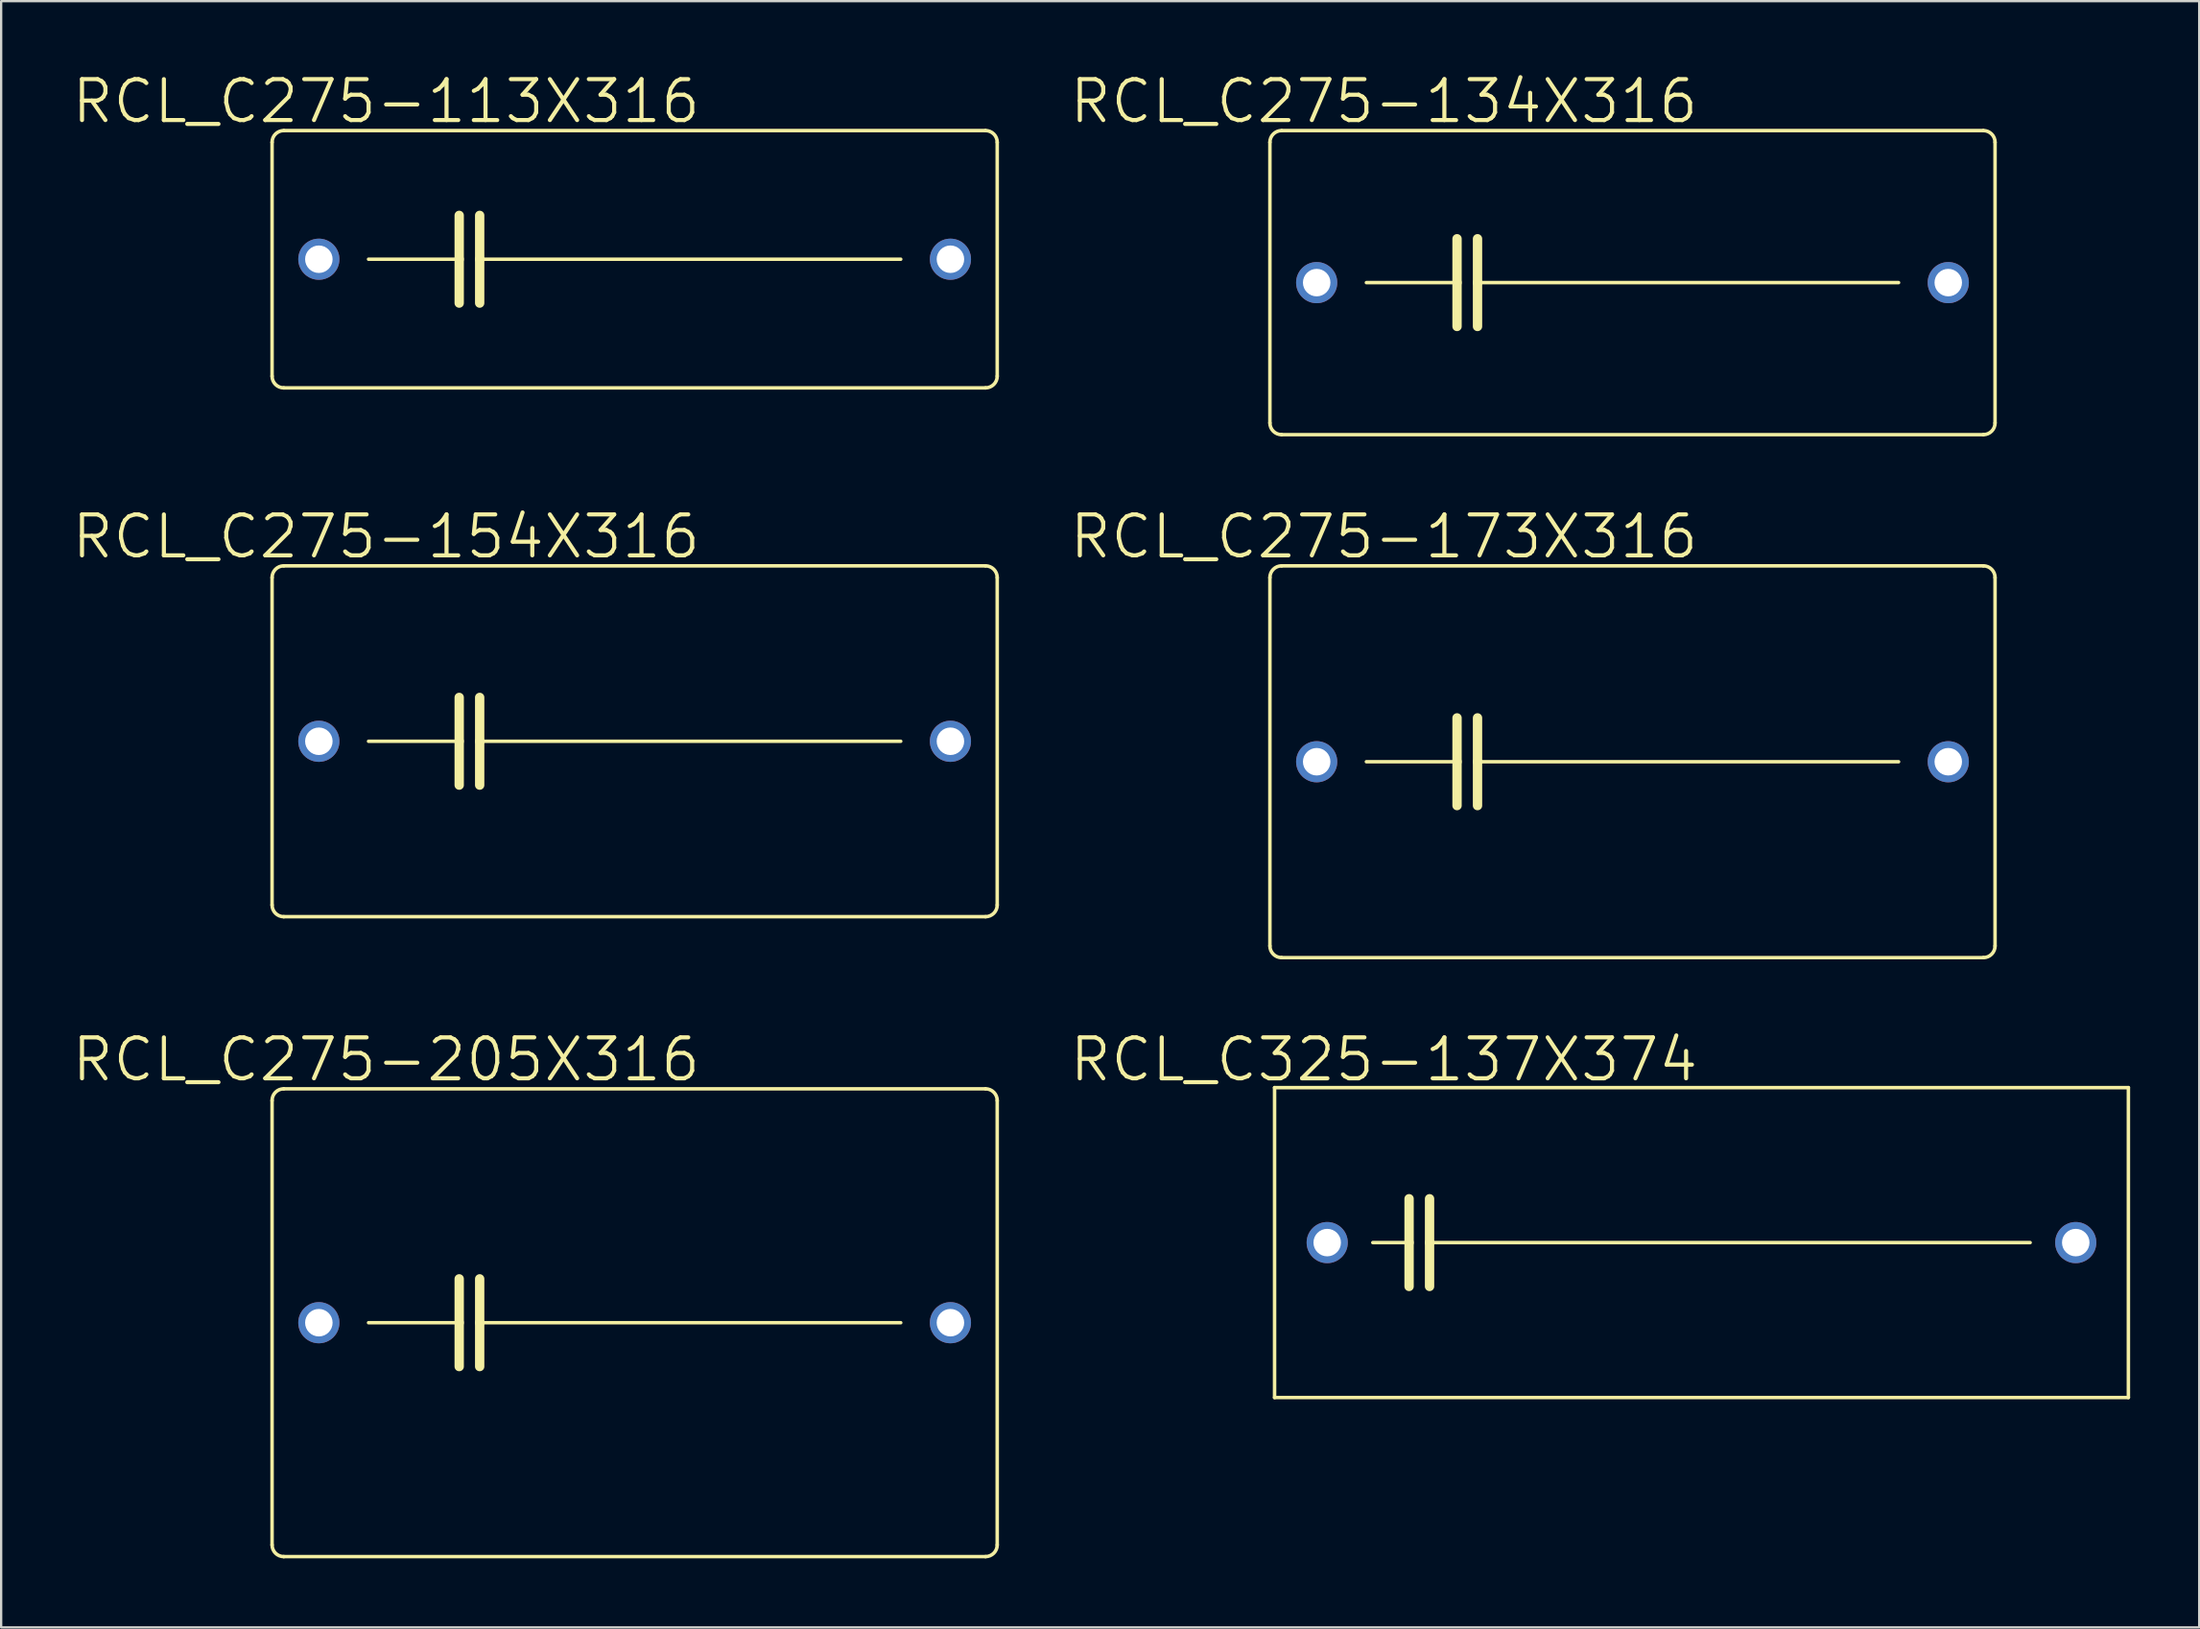
<source format=kicad_pcb>
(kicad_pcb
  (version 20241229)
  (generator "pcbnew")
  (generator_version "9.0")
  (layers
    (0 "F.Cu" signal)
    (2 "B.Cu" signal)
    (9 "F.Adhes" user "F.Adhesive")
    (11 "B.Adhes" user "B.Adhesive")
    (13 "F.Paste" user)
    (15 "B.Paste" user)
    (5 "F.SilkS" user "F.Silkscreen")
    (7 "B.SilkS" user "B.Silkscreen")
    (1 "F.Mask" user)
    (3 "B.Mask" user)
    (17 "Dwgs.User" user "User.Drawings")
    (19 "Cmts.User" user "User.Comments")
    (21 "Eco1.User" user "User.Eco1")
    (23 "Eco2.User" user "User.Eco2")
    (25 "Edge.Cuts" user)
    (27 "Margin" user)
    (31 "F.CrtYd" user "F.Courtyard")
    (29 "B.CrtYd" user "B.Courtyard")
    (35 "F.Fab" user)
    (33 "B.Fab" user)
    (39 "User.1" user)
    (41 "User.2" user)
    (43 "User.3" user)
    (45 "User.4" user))
  (footprint "RCL_C275-113X316"
    (layer "F.Cu")
    (at 24.515 8.21)
    (property "Reference" "RCL_C275-113X316" (at -10.795 -6.858 0) (layer "F.SilkS") (effects (font (size 1.778 1.778) (thickness 0.178))))
    (attr exclude_from_pos_files exclude_from_bom)
    (fp_line (start -15.748 5.08) (end -15.748 -5.08) (stroke (width 0.152) (type solid)) (layer "F.SilkS"))
    (fp_line (start -15.24 -5.588) (end 15.24 -5.588) (stroke (width 0.152) (type solid)) (layer "F.SilkS"))
    (fp_line (start -11.557 0) (end -7.62 0) (stroke (width 0.152) (type solid)) (layer "F.SilkS"))
    (fp_line (start -7.62 -1.905) (end -7.62 0) (stroke (width 0.406) (type solid)) (layer "F.SilkS"))
    (fp_line (start -7.62 0) (end -7.62 1.905) (stroke (width 0.406) (type solid)) (layer "F.SilkS"))
    (fp_line (start -6.731 -1.905) (end -6.731 0) (stroke (width 0.406) (type solid)) (layer "F.SilkS"))
    (fp_line (start -6.731 0) (end -6.731 1.905) (stroke (width 0.406) (type solid)) (layer "F.SilkS"))
    (fp_line (start -6.731 0) (end 11.557 0) (stroke (width 0.152) (type solid)) (layer "F.SilkS"))
    (fp_line (start 15.24 5.588) (end -15.24 5.588) (stroke (width 0.152) (type solid)) (layer "F.SilkS"))
    (fp_line (start 15.748 -5.08) (end 15.748 5.08) (stroke (width 0.152) (type solid)) (layer "F.SilkS"))
    (fp_arc (start -15.748 -5.08) (mid -15.59921 -5.43921) (end -15.24 -5.588) (stroke (width 0.1524) (type solid)) (layer "F.SilkS"))
    (fp_arc (start -15.24 5.588) (mid -15.59921 5.43921) (end -15.748 5.08) (stroke (width 0.1524) (type solid)) (layer "F.SilkS"))
    (fp_arc (start 15.24 -5.588) (mid 15.59921 -5.43921) (end 15.748 -5.08) (stroke (width 0.1524) (type solid)) (layer "F.SilkS"))
    (fp_arc (start 15.748 5.08) (mid 15.59921 5.43921) (end 15.24 5.588) (stroke (width 0.1524) (type solid)) (layer "F.SilkS"))
    (pad "1" thru_hole circle (at -13.716 0) (size 1.788 1.788) (drill 1.194) (layers "*.Cu" "*.Paste" "*.Mask"))
    (pad "2" thru_hole circle (at 13.716 0) (size 1.788 1.788) (drill 1.194) (layers "*.Cu" "*.Paste" "*.Mask")))
  (footprint "RCL_C275-205X316"
    (layer "F.Cu")
    (at 24.515 54.405)
    (property "Reference" "RCL_C275-205X316" (at -10.795 -11.43 0) (layer "F.SilkS") (effects (font (size 1.778 1.778) (thickness 0.178))))
    (attr exclude_from_pos_files exclude_from_bom)
    (fp_line (start -15.748 9.652) (end -15.748 -9.652) (stroke (width 0.152) (type solid)) (layer "F.SilkS"))
    (fp_line (start -15.24 -10.16) (end 15.24 -10.16) (stroke (width 0.152) (type solid)) (layer "F.SilkS"))
    (fp_line (start -11.557 0) (end -7.62 0) (stroke (width 0.152) (type solid)) (layer "F.SilkS"))
    (fp_line (start -7.62 -1.905) (end -7.62 0) (stroke (width 0.406) (type solid)) (layer "F.SilkS"))
    (fp_line (start -7.62 0) (end -7.62 1.905) (stroke (width 0.406) (type solid)) (layer "F.SilkS"))
    (fp_line (start -6.731 -1.905) (end -6.731 0) (stroke (width 0.406) (type solid)) (layer "F.SilkS"))
    (fp_line (start -6.731 0) (end -6.731 1.905) (stroke (width 0.406) (type solid)) (layer "F.SilkS"))
    (fp_line (start -6.731 0) (end 11.557 0) (stroke (width 0.152) (type solid)) (layer "F.SilkS"))
    (fp_line (start 15.24 10.16) (end -15.24 10.16) (stroke (width 0.152) (type solid)) (layer "F.SilkS"))
    (fp_line (start 15.748 -9.652) (end 15.748 9.652) (stroke (width 0.152) (type solid)) (layer "F.SilkS"))
    (fp_arc (start -15.748 -9.652) (mid -15.59921 -10.01121) (end -15.24 -10.16) (stroke (width 0.1524) (type solid)) (layer "F.SilkS"))
    (fp_arc (start -15.24 10.16) (mid -15.59921 10.01121) (end -15.748 9.652) (stroke (width 0.1524) (type solid)) (layer "F.SilkS"))
    (fp_arc (start 15.24 -10.16) (mid 15.59921 -10.01121) (end 15.748 -9.652) (stroke (width 0.1524) (type solid)) (layer "F.SilkS"))
    (fp_arc (start 15.748 9.652) (mid 15.59921 10.01121) (end 15.24 10.16) (stroke (width 0.1524) (type solid)) (layer "F.SilkS"))
    (pad "1" thru_hole circle (at -13.716 0) (size 1.788 1.788) (drill 1.194) (layers "*.Cu" "*.Paste" "*.Mask"))
    (pad "2" thru_hole circle (at 13.716 0) (size 1.788 1.788) (drill 1.194) (layers "*.Cu" "*.Paste" "*.Mask")))
  (footprint "RCL_C275-134X316"
    (layer "F.Cu")
    (at 67.855 9.226)
    (property "Reference" "RCL_C275-134X316" (at -10.795 -7.874 0) (layer "F.SilkS") (effects (font (size 1.778 1.778) (thickness 0.178))))
    (attr exclude_from_pos_files exclude_from_bom)
    (fp_line (start -15.748 6.096) (end -15.748 -6.096) (stroke (width 0.152) (type solid)) (layer "F.SilkS"))
    (fp_line (start -15.24 -6.604) (end 15.24 -6.604) (stroke (width 0.152) (type solid)) (layer "F.SilkS"))
    (fp_line (start -11.557 0) (end -7.62 0) (stroke (width 0.152) (type solid)) (layer "F.SilkS"))
    (fp_line (start -7.62 -1.905) (end -7.62 0) (stroke (width 0.406) (type solid)) (layer "F.SilkS"))
    (fp_line (start -7.62 0) (end -7.62 1.905) (stroke (width 0.406) (type solid)) (layer "F.SilkS"))
    (fp_line (start -6.731 -1.905) (end -6.731 0) (stroke (width 0.406) (type solid)) (layer "F.SilkS"))
    (fp_line (start -6.731 0) (end -6.731 1.905) (stroke (width 0.406) (type solid)) (layer "F.SilkS"))
    (fp_line (start -6.731 0) (end 11.557 0) (stroke (width 0.152) (type solid)) (layer "F.SilkS"))
    (fp_line (start 15.24 6.604) (end -15.24 6.604) (stroke (width 0.152) (type solid)) (layer "F.SilkS"))
    (fp_line (start 15.748 -6.096) (end 15.748 6.096) (stroke (width 0.152) (type solid)) (layer "F.SilkS"))
    (fp_arc (start -15.748 -6.096) (mid -15.59921 -6.45521) (end -15.24 -6.604) (stroke (width 0.1524) (type solid)) (layer "F.SilkS"))
    (fp_arc (start -15.24 6.604) (mid -15.59921 6.45521) (end -15.748 6.096) (stroke (width 0.1524) (type solid)) (layer "F.SilkS"))
    (fp_arc (start 15.24 -6.604) (mid 15.59921 -6.45521) (end 15.748 -6.096) (stroke (width 0.1524) (type solid)) (layer "F.SilkS"))
    (fp_arc (start 15.748 6.096) (mid 15.59921 6.45521) (end 15.24 6.604) (stroke (width 0.1524) (type solid)) (layer "F.SilkS"))
    (pad "1" thru_hole circle (at -13.716 0) (size 1.788 1.788) (drill 1.194) (layers "*.Cu" "*.Paste" "*.Mask"))
    (pad "2" thru_hole circle (at 13.716 0) (size 1.788 1.788) (drill 1.194) (layers "*.Cu" "*.Paste" "*.Mask")))
  (footprint "RCL_C275-154X316"
    (layer "F.Cu")
    (at 24.515 29.149)
    (property "Reference" "RCL_C275-154X316" (at -10.795 -8.89 0) (layer "F.SilkS") (effects (font (size 1.778 1.778) (thickness 0.178))))
    (attr exclude_from_pos_files exclude_from_bom)
    (fp_line (start -15.748 7.112) (end -15.748 -7.112) (stroke (width 0.152) (type solid)) (layer "F.SilkS"))
    (fp_line (start -15.24 -7.62) (end 15.24 -7.62) (stroke (width 0.152) (type solid)) (layer "F.SilkS"))
    (fp_line (start -11.557 0) (end -7.62 0) (stroke (width 0.152) (type solid)) (layer "F.SilkS"))
    (fp_line (start -7.62 -1.905) (end -7.62 0) (stroke (width 0.406) (type solid)) (layer "F.SilkS"))
    (fp_line (start -7.62 0) (end -7.62 1.905) (stroke (width 0.406) (type solid)) (layer "F.SilkS"))
    (fp_line (start -6.731 -1.905) (end -6.731 0) (stroke (width 0.406) (type solid)) (layer "F.SilkS"))
    (fp_line (start -6.731 0) (end -6.731 1.905) (stroke (width 0.406) (type solid)) (layer "F.SilkS"))
    (fp_line (start -6.731 0) (end 11.557 0) (stroke (width 0.152) (type solid)) (layer "F.SilkS"))
    (fp_line (start 15.24 7.62) (end -15.24 7.62) (stroke (width 0.152) (type solid)) (layer "F.SilkS"))
    (fp_line (start 15.748 -7.112) (end 15.748 7.112) (stroke (width 0.152) (type solid)) (layer "F.SilkS"))
    (fp_arc (start -15.748 -7.112) (mid -15.59921 -7.47121) (end -15.24 -7.62) (stroke (width 0.1524) (type solid)) (layer "F.SilkS"))
    (fp_arc (start -15.24 7.62) (mid -15.59921 7.47121) (end -15.748 7.112) (stroke (width 0.1524) (type solid)) (layer "F.SilkS"))
    (fp_arc (start 15.24 -7.62) (mid 15.59921 -7.47121) (end 15.748 -7.112) (stroke (width 0.1524) (type solid)) (layer "F.SilkS"))
    (fp_arc (start 15.748 7.112) (mid 15.59921 7.47121) (end 15.24 7.62) (stroke (width 0.1524) (type solid)) (layer "F.SilkS"))
    (pad "1" thru_hole circle (at -13.716 0) (size 1.788 1.788) (drill 1.194) (layers "*.Cu" "*.Paste" "*.Mask"))
    (pad "2" thru_hole circle (at 13.716 0) (size 1.788 1.788) (drill 1.194) (layers "*.Cu" "*.Paste" "*.Mask")))
  (footprint "RCL_C325-137X374"
    (layer "F.Cu")
    (at 70.852 50.925)
    (property "Reference" "RCL_C325-137X374" (at -13.792 -7.95 0) (layer "F.SilkS") (effects (font (size 1.778 1.778) (thickness 0.178))))
    (attr exclude_from_pos_files exclude_from_bom)
    (fp_line (start -18.542 -6.731) (end -18.542 6.731) (stroke (width 0.152) (type solid)) (layer "F.SilkS"))
    (fp_line (start -18.542 6.731) (end 18.542 6.731) (stroke (width 0.152) (type solid)) (layer "F.SilkS"))
    (fp_line (start -14.275 0) (end -12.7 0) (stroke (width 0.152) (type solid)) (layer "F.SilkS"))
    (fp_line (start -12.7 -1.905) (end -12.7 0) (stroke (width 0.406) (type solid)) (layer "F.SilkS"))
    (fp_line (start -12.7 0) (end -12.7 1.905) (stroke (width 0.406) (type solid)) (layer "F.SilkS"))
    (fp_line (start -11.811 -1.905) (end -11.811 0) (stroke (width 0.406) (type solid)) (layer "F.SilkS"))
    (fp_line (start -11.811 0) (end -11.811 1.905) (stroke (width 0.406) (type solid)) (layer "F.SilkS"))
    (fp_line (start -11.811 0) (end 14.275 0) (stroke (width 0.152) (type solid)) (layer "F.SilkS"))
    (fp_line (start 18.542 -6.731) (end -18.542 -6.731) (stroke (width 0.152) (type solid)) (layer "F.SilkS"))
    (fp_line (start 18.542 -6.731) (end 18.542 6.731) (stroke (width 0.152) (type solid)) (layer "F.SilkS"))
    (pad "1" thru_hole circle (at -16.256 0) (size 1.788 1.788) (drill 1.194) (layers "*.Cu" "*.Paste" "*.Mask"))
    (pad "2" thru_hole circle (at 16.256 0) (size 1.788 1.788) (drill 1.194) (layers "*.Cu" "*.Paste" "*.Mask")))
  (footprint "RCL_C275-173X316"
    (layer "F.Cu")
    (at 67.855 30.038)
    (property "Reference" "RCL_C275-173X316" (at -10.795 -9.779 0) (layer "F.SilkS") (effects (font (size 1.778 1.778) (thickness 0.178))))
    (attr exclude_from_pos_files exclude_from_bom)
    (fp_line (start -15.748 8.001) (end -15.748 -8.001) (stroke (width 0.152) (type solid)) (layer "F.SilkS"))
    (fp_line (start -15.24 -8.509) (end 15.24 -8.509) (stroke (width 0.152) (type solid)) (layer "F.SilkS"))
    (fp_line (start -11.557 0) (end -7.62 0) (stroke (width 0.152) (type solid)) (layer "F.SilkS"))
    (fp_line (start -7.62 -1.905) (end -7.62 0) (stroke (width 0.406) (type solid)) (layer "F.SilkS"))
    (fp_line (start -7.62 0) (end -7.62 1.905) (stroke (width 0.406) (type solid)) (layer "F.SilkS"))
    (fp_line (start -6.731 -1.905) (end -6.731 0) (stroke (width 0.406) (type solid)) (layer "F.SilkS"))
    (fp_line (start -6.731 0) (end -6.731 1.905) (stroke (width 0.406) (type solid)) (layer "F.SilkS"))
    (fp_line (start -6.731 0) (end 11.557 0) (stroke (width 0.152) (type solid)) (layer "F.SilkS"))
    (fp_line (start 15.24 8.509) (end -15.24 8.509) (stroke (width 0.152) (type solid)) (layer "F.SilkS"))
    (fp_line (start 15.748 -8.001) (end 15.748 8.001) (stroke (width 0.152) (type solid)) (layer "F.SilkS"))
    (fp_arc (start -15.748 -8.001) (mid -15.59921 -8.36021) (end -15.24 -8.509) (stroke (width 0.1524) (type solid)) (layer "F.SilkS"))
    (fp_arc (start -15.24 8.509) (mid -15.59921 8.36021) (end -15.748 8.001) (stroke (width 0.1524) (type solid)) (layer "F.SilkS"))
    (fp_arc (start 15.24 -8.509) (mid 15.59921 -8.36021) (end 15.748 -8.001) (stroke (width 0.1524) (type solid)) (layer "F.SilkS"))
    (fp_arc (start 15.748 8.001) (mid 15.59921 8.36021) (end 15.24 8.509) (stroke (width 0.1524) (type solid)) (layer "F.SilkS"))
    (pad "1" thru_hole circle (at -13.716 0) (size 1.788 1.788) (drill 1.194) (layers "*.Cu" "*.Paste" "*.Mask"))
    (pad "2" thru_hole circle (at 13.716 0) (size 1.788 1.788) (drill 1.194) (layers "*.Cu" "*.Paste" "*.Mask")))
  (gr_rect
    (start -3 -3)
    (end 92.47 67.641)
    (stroke (width 0.1) (type default))
    (fill no)
    (layer "Edge.Cuts")))
</source>
